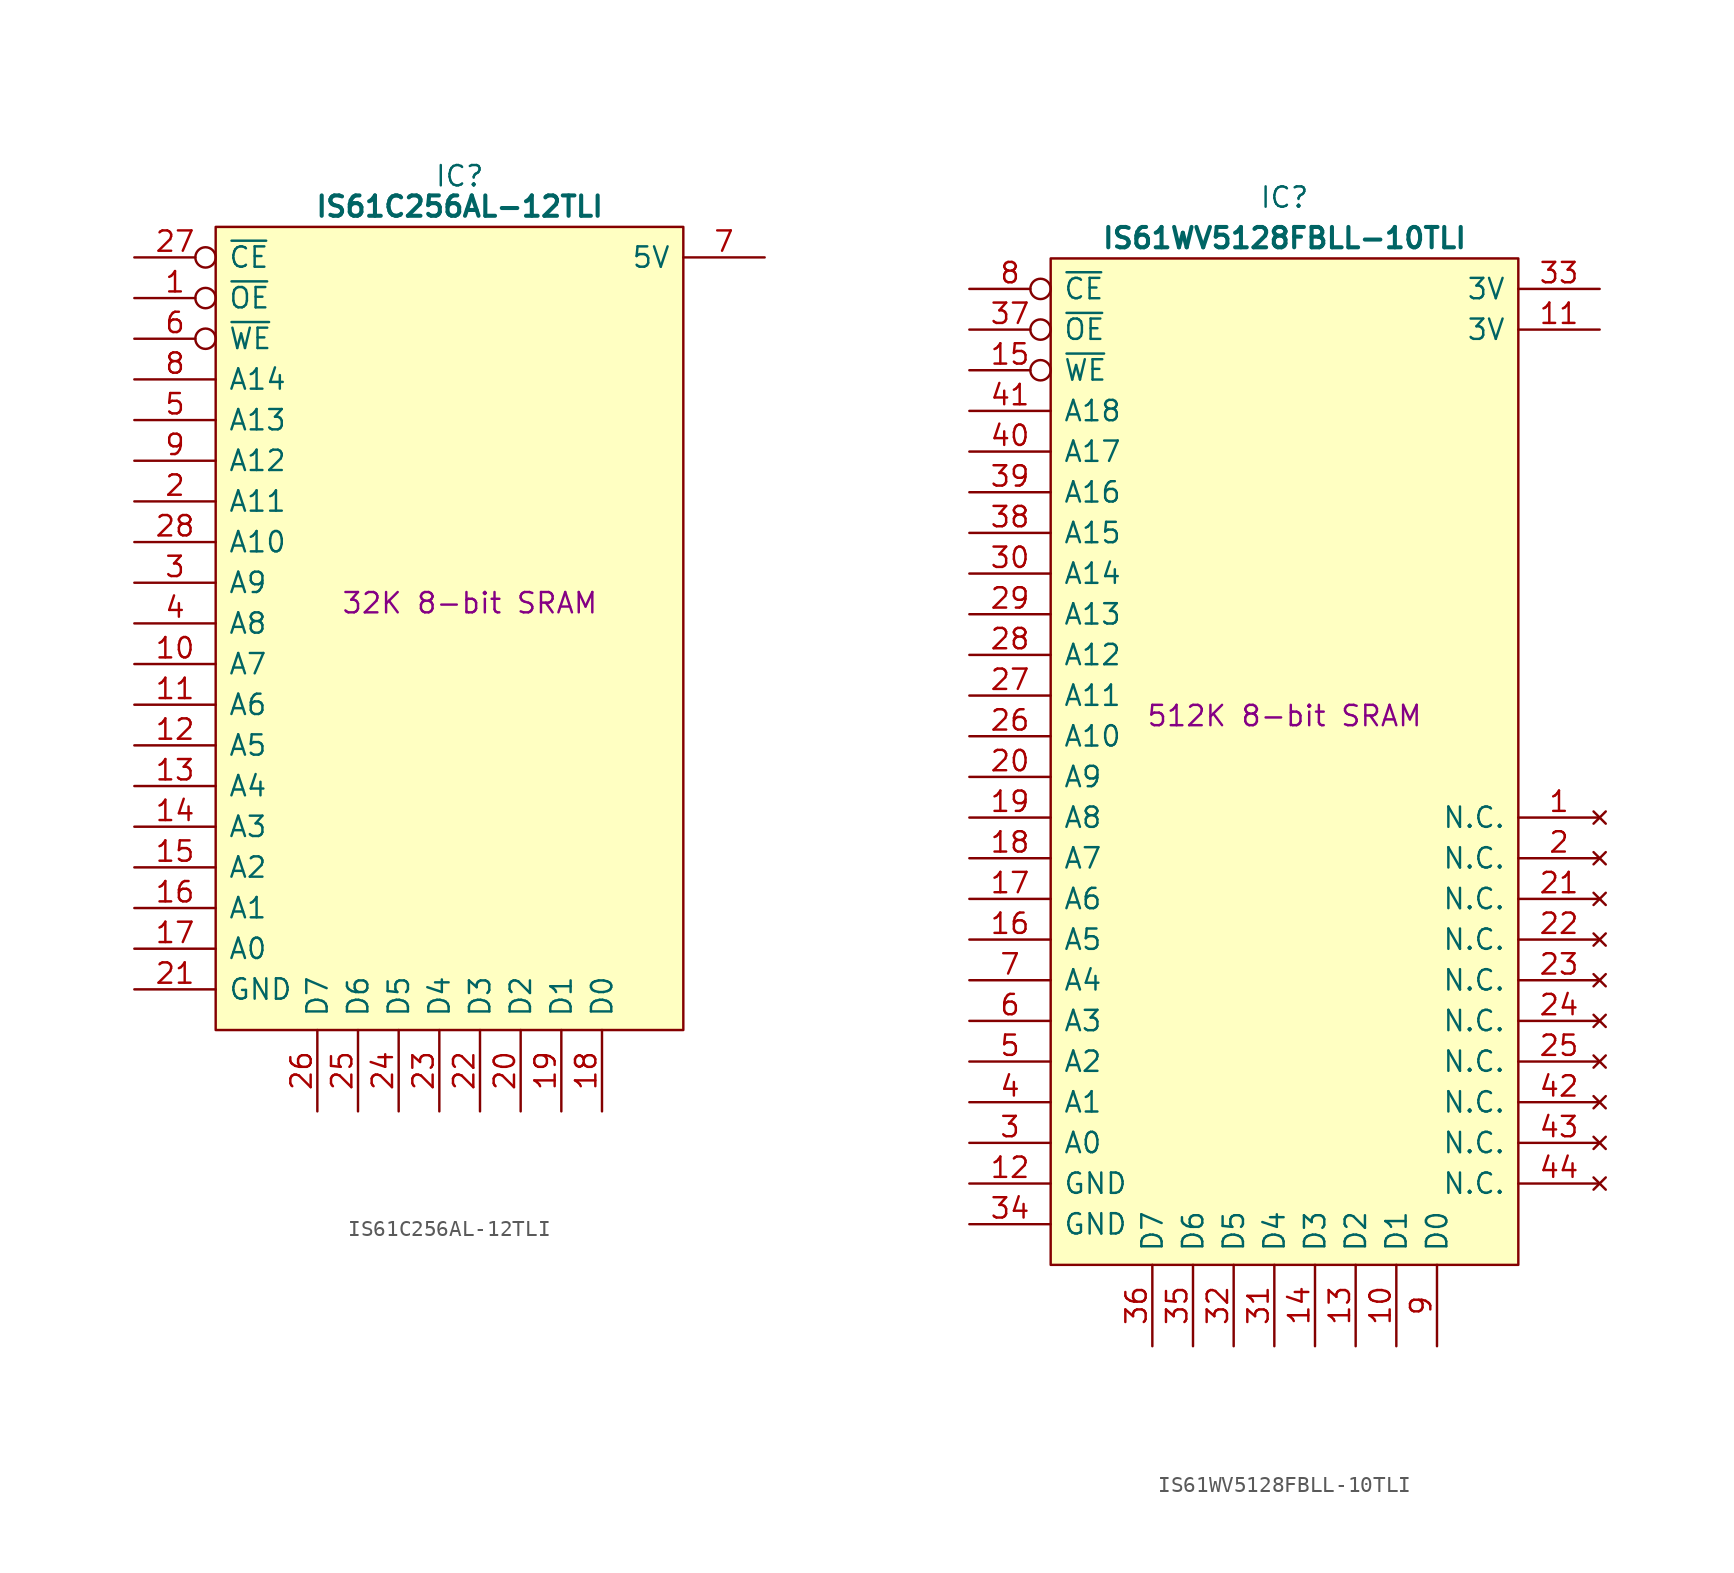
<source format=kicad_sym>
(kicad_symbol_lib
  (version 20241209)
  (generator "kicad_symbol_editor")
  (generator_version "9.0")
  (symbol "IS61C256AL-12TLI"
    (pin_names
      (offset 0.762))
    (property "Reference" "IC"
      (at 20.32 5.08 0)
      (effects (font (size 1.27 1.27))))
    (property "Value" "IS61C256AL-12TLI"
      (at 20.32 3.175 0)
      (effects (font (size 1.27 1.27) (bold yes))))
    (property "Description" "32K 8-bit SRAM"
      (at 20.955 -21.59 0)
      (effects (font (size 1.27 1.27))))
    (symbol "IS61C256AL-12TLI_0_0"
      (pin input inverted (at 0 0 0) (length 5.08) (name "~{CE}" (effects (font (size 1.27 1.27)))) (number "27" (effects (font (size 1.27 1.27)))))
      (pin input inverted (at 0 -2.54 0) (length 5.08) (name "~{OE}" (effects (font (size 1.27 1.27)))) (number "1" (effects (font (size 1.27 1.27)))))
      (pin input inverted (at 0 -5.08 0) (length 5.08) (name "~{WE}" (effects (font (size 1.27 1.27)))) (number "6" (effects (font (size 1.27 1.27)))))
      (pin input line (at 0 -7.62 0) (length 5.08) (name "A14" (effects (font (size 1.27 1.27)))) (number "8" (effects (font (size 1.27 1.27)))))
      (pin input line (at 0 -10.16 0) (length 5.08) (name "A13" (effects (font (size 1.27 1.27)))) (number "5" (effects (font (size 1.27 1.27)))))
      (pin input line (at 0 -12.7 0) (length 5.08) (name "A12" (effects (font (size 1.27 1.27)))) (number "9" (effects (font (size 1.27 1.27)))))
      (pin input line (at 0 -15.24 0) (length 5.08) (name "A11" (effects (font (size 1.27 1.27)))) (number "2" (effects (font (size 1.27 1.27)))))
      (pin input line (at 0 -17.78 0) (length 5.08) (name "A10" (effects (font (size 1.27 1.27)))) (number "28" (effects (font (size 1.27 1.27)))))
      (pin input line (at 0 -20.32 0) (length 5.08) (name "A9" (effects (font (size 1.27 1.27)))) (number "3" (effects (font (size 1.27 1.27)))))
      (pin input line (at 0 -22.86 0) (length 5.08) (name "A8" (effects (font (size 1.27 1.27)))) (number "4" (effects (font (size 1.27 1.27)))))
      (pin input line (at 0 -25.4 0) (length 5.08) (name "A7" (effects (font (size 1.27 1.27)))) (number "10" (effects (font (size 1.27 1.27)))))
      (pin input line (at 0 -27.94 0) (length 5.08) (name "A6" (effects (font (size 1.27 1.27)))) (number "11" (effects (font (size 1.27 1.27)))))
      (pin input line (at 0 -30.48 0) (length 5.08) (name "A5" (effects (font (size 1.27 1.27)))) (number "12" (effects (font (size 1.27 1.27)))))
      (pin input line (at 0 -33.02 0) (length 5.08) (name "A4" (effects (font (size 1.27 1.27)))) (number "13" (effects (font (size 1.27 1.27)))))
      (pin input line (at 0 -35.56 0) (length 5.08) (name "A3" (effects (font (size 1.27 1.27)))) (number "14" (effects (font (size 1.27 1.27)))))
      (pin input line (at 0 -38.1 0) (length 5.08) (name "A2" (effects (font (size 1.27 1.27)))) (number "15" (effects (font (size 1.27 1.27)))))
      (pin input line (at 0 -40.64 0) (length 5.08) (name "A1" (effects (font (size 1.27 1.27)))) (number "16" (effects (font (size 1.27 1.27)))))
      (pin input line (at 0 -43.18 0) (length 5.08) (name "A0" (effects (font (size 1.27 1.27)))) (number "17" (effects (font (size 1.27 1.27))))))
    (symbol "IS61C256AL-12TLI_0_1"
      (polyline (pts (xy 5.08 1.905) (xy 34.29 1.905) (xy 34.29 -48.26) (xy 5.08 -48.26) (xy 5.08 1.905)) (stroke (width 0.152) (type default)) (fill (type background))))
    (symbol "IS61C256AL-12TLI_1_0"
      (pin passive line (at 0 -45.72 0) (length 5.08) (name "GND" (effects (font (size 1.27 1.27)))) (number "21" (effects (font (size 1.27 1.27)))))
      (pin tri_state line (at 11.43 -53.34 90) (length 5.08) (name "D7" (effects (font (size 1.27 1.27)))) (number "26" (effects (font (size 1.27 1.27)))))
      (pin tri_state line (at 13.97 -53.34 90) (length 5.08) (name "D6" (effects (font (size 1.27 1.27)))) (number "25" (effects (font (size 1.27 1.27)))))
      (pin tri_state line (at 16.51 -53.34 90) (length 5.08) (name "D5" (effects (font (size 1.27 1.27)))) (number "24" (effects (font (size 1.27 1.27)))))
      (pin tri_state line (at 19.05 -53.34 90) (length 5.08) (name "D4" (effects (font (size 1.27 1.27)))) (number "23" (effects (font (size 1.27 1.27)))))
      (pin tri_state line (at 21.59 -53.34 90) (length 5.08) (name "D3" (effects (font (size 1.27 1.27)))) (number "22" (effects (font (size 1.27 1.27)))))
      (pin tri_state line (at 24.13 -53.34 90) (length 5.08) (name "D2" (effects (font (size 1.27 1.27)))) (number "20" (effects (font (size 1.27 1.27)))))
      (pin tri_state line (at 26.67 -53.34 90) (length 5.08) (name "D1" (effects (font (size 1.27 1.27)))) (number "19" (effects (font (size 1.27 1.27)))))
      (pin tri_state line (at 29.21 -53.34 90) (length 5.08) (name "D0" (effects (font (size 1.27 1.27)))) (number "18" (effects (font (size 1.27 1.27)))))
      (pin passive line (at 39.37 0 180) (length 5.08) (name "5V" (effects (font (size 1.27 1.27)))) (number "7" (effects (font (size 1.27 1.27)))))))
  (symbol "IS61WV5128FBLL-10TLI"
    (pin_names
      (offset 0.762))
    (property "Reference" "IC"
      (at 19.685 5.715 0)
      (effects (font (size 1.27 1.27))))
    (property "Value" "IS61WV5128FBLL-10TLI"
      (at 19.685 3.175 0)
      (effects (font (size 1.27 1.27) (thickness 0.254) (bold yes))))
    (property "Description" "512K 8-bit SRAM"
      (at 19.685 -26.67 0)
      (effects (font (size 1.27 1.27))))
    (symbol "IS61WV5128FBLL-10TLI_0_0"
      (pin input inverted (at 0 -2.54 0) (length 5.08) (name "~{OE}" (effects (font (size 1.27 1.27)))) (number "37" (effects (font (size 1.27 1.27)))))
      (pin input inverted (at 0 -5.08 0) (length 5.08) (name "~{WE}" (effects (font (size 1.27 1.27)))) (number "15" (effects (font (size 1.27 1.27)))))
      (pin input line (at 0 -7.62 0) (length 5.08) (name "A18" (effects (font (size 1.27 1.27)))) (number "41" (effects (font (size 1.27 1.27)))))
      (pin input line (at 0 -10.16 0) (length 5.08) (name "A17" (effects (font (size 1.27 1.27)))) (number "40" (effects (font (size 1.27 1.27)))))
      (pin input line (at 0 -12.7 0) (length 5.08) (name "A16" (effects (font (size 1.27 1.27)))) (number "39" (effects (font (size 1.27 1.27)))))
      (pin input line (at 0 -15.24 0) (length 5.08) (name "A15" (effects (font (size 1.27 1.27)))) (number "38" (effects (font (size 1.27 1.27)))))
      (pin input line (at 0 -17.78 0) (length 5.08) (name "A14" (effects (font (size 1.27 1.27)))) (number "30" (effects (font (size 1.27 1.27)))))
      (pin input line (at 0 -20.32 0) (length 5.08) (name "A13" (effects (font (size 1.27 1.27)))) (number "29" (effects (font (size 1.27 1.27)))))
      (pin input line (at 0 -22.86 0) (length 5.08) (name "A12" (effects (font (size 1.27 1.27)))) (number "28" (effects (font (size 1.27 1.27)))))
      (pin input line (at 0 -25.4 0) (length 5.08) (name "A11" (effects (font (size 1.27 1.27)))) (number "27" (effects (font (size 1.27 1.27)))))
      (pin input line (at 0 -27.94 0) (length 5.08) (name "A10" (effects (font (size 1.27 1.27)))) (number "26" (effects (font (size 1.27 1.27)))))
      (pin input line (at 0 -30.48 0) (length 5.08) (name "A9" (effects (font (size 1.27 1.27)))) (number "20" (effects (font (size 1.27 1.27)))))
      (pin input line (at 0 -33.02 0) (length 5.08) (name "A8" (effects (font (size 1.27 1.27)))) (number "19" (effects (font (size 1.27 1.27)))))
      (pin input line (at 0 -35.56 0) (length 5.08) (name "A7" (effects (font (size 1.27 1.27)))) (number "18" (effects (font (size 1.27 1.27)))))
      (pin input line (at 0 -38.1 0) (length 5.08) (name "A6" (effects (font (size 1.27 1.27)))) (number "17" (effects (font (size 1.27 1.27)))))
      (pin input line (at 0 -40.64 0) (length 5.08) (name "A5" (effects (font (size 1.27 1.27)))) (number "16" (effects (font (size 1.27 1.27)))))
      (pin input line (at 0 -43.18 0) (length 5.08) (name "A4" (effects (font (size 1.27 1.27)))) (number "7" (effects (font (size 1.27 1.27)))))
      (pin input line (at 0 -45.72 0) (length 5.08) (name "A3" (effects (font (size 1.27 1.27)))) (number "6" (effects (font (size 1.27 1.27)))))
      (pin input line (at 0 -48.26 0) (length 5.08) (name "A2" (effects (font (size 1.27 1.27)))) (number "5" (effects (font (size 1.27 1.27)))))
      (pin input line (at 0 -50.8 0) (length 5.08) (name "A1" (effects (font (size 1.27 1.27)))) (number "4" (effects (font (size 1.27 1.27)))))
      (pin input line (at 0 -53.34 0) (length 5.08) (name "A0" (effects (font (size 1.27 1.27)))) (number "3" (effects (font (size 1.27 1.27)))))
      (pin passive line (at 0 -58.42 0) (length 5.08) (name "GND" (effects (font (size 1.27 1.27)))) (number "34" (effects (font (size 1.27 1.27)))))
      (pin tri_state line (at 11.43 -66.04 90) (length 5.08) (name "D7" (effects (font (size 1.27 1.27)))) (number "36" (effects (font (size 1.27 1.27)))))
      (pin tri_state line (at 13.97 -66.04 90) (length 5.08) (name "D6" (effects (font (size 1.27 1.27)))) (number "35" (effects (font (size 1.27 1.27)))))
      (pin tri_state line (at 16.51 -66.04 90) (length 5.08) (name "D5" (effects (font (size 1.27 1.27)))) (number "32" (effects (font (size 1.27 1.27)))))
      (pin tri_state line (at 19.05 -66.04 90) (length 5.08) (name "D4" (effects (font (size 1.27 1.27)))) (number "31" (effects (font (size 1.27 1.27)))))
      (pin tri_state line (at 21.59 -66.04 90) (length 5.08) (name "D3" (effects (font (size 1.27 1.27)))) (number "14" (effects (font (size 1.27 1.27)))))
      (pin tri_state line (at 24.13 -66.04 90) (length 5.08) (name "D2" (effects (font (size 1.27 1.27)))) (number "13" (effects (font (size 1.27 1.27)))))
      (pin tri_state line (at 26.67 -66.04 90) (length 5.08) (name "D1" (effects (font (size 1.27 1.27)))) (number "10" (effects (font (size 1.27 1.27)))))
      (pin tri_state line (at 29.21 -66.04 90) (length 5.08) (name "D0" (effects (font (size 1.27 1.27)))) (number "9" (effects (font (size 1.27 1.27)))))
      (pin passive line (at 39.37 0 180) (length 5.08) (name "3V" (effects (font (size 1.27 1.27)))) (number "33" (effects (font (size 1.27 1.27)))))
      (pin no_connect line (at 39.37 -33.02 180) (length 5.08) (name "N.C." (effects (font (size 1.27 1.27)))) (number "1" (effects (font (size 1.27 1.27)))))
      (pin no_connect line (at 39.37 -35.56 180) (length 5.08) (name "N.C." (effects (font (size 1.27 1.27)))) (number "2" (effects (font (size 1.27 1.27)))))
      (pin no_connect line (at 39.37 -38.1 180) (length 5.08) (name "N.C." (effects (font (size 1.27 1.27)))) (number "21" (effects (font (size 1.27 1.27)))))
      (pin no_connect line (at 39.37 -40.64 180) (length 5.08) (name "N.C." (effects (font (size 1.27 1.27)))) (number "22" (effects (font (size 1.27 1.27)))))
      (pin no_connect line (at 39.37 -43.18 180) (length 5.08) (name "N.C." (effects (font (size 1.27 1.27)))) (number "23" (effects (font (size 1.27 1.27)))))
      (pin no_connect line (at 39.37 -45.72 180) (length 5.08) (name "N.C." (effects (font (size 1.27 1.27)))) (number "24" (effects (font (size 1.27 1.27)))))
      (pin no_connect line (at 39.37 -48.26 180) (length 5.08) (name "N.C." (effects (font (size 1.27 1.27)))) (number "25" (effects (font (size 1.27 1.27))))))
    (symbol "IS61WV5128FBLL-10TLI_0_1"
      (polyline (pts (xy 5.08 1.905) (xy 34.29 1.905) (xy 34.29 -60.96) (xy 5.08 -60.96) (xy 5.08 1.905)) (stroke (width 0.152) (type default)) (fill (type background))))
    (symbol "IS61WV5128FBLL-10TLI_1_0"
      (pin input inverted (at 0 0 0) (length 5.08) (name "~{CE}" (effects (font (size 1.27 1.27)))) (number "8" (effects (font (size 1.27 1.27)))))
      (pin passive line (at 0 -55.88 0) (length 5.08) (name "GND" (effects (font (size 1.27 1.27)))) (number "12" (effects (font (size 1.27 1.27)))))
      (pin passive line (at 39.37 -2.54 180) (length 5.08) (name "3V" (effects (font (size 1.27 1.27)))) (number "11" (effects (font (size 1.27 1.27)))))
      (pin no_connect line (at 39.37 -50.8 180) (length 5.08) (name "N.C." (effects (font (size 1.27 1.27)))) (number "42" (effects (font (size 1.27 1.27)))))
      (pin no_connect line (at 39.37 -53.34 180) (length 5.08) (name "N.C." (effects (font (size 1.27 1.27)))) (number "43" (effects (font (size 1.27 1.27)))))
      (pin no_connect line (at 39.37 -55.88 180) (length 5.08) (name "N.C." (effects (font (size 1.27 1.27)))) (number "44" (effects (font (size 1.27 1.27))))))))
</source>
